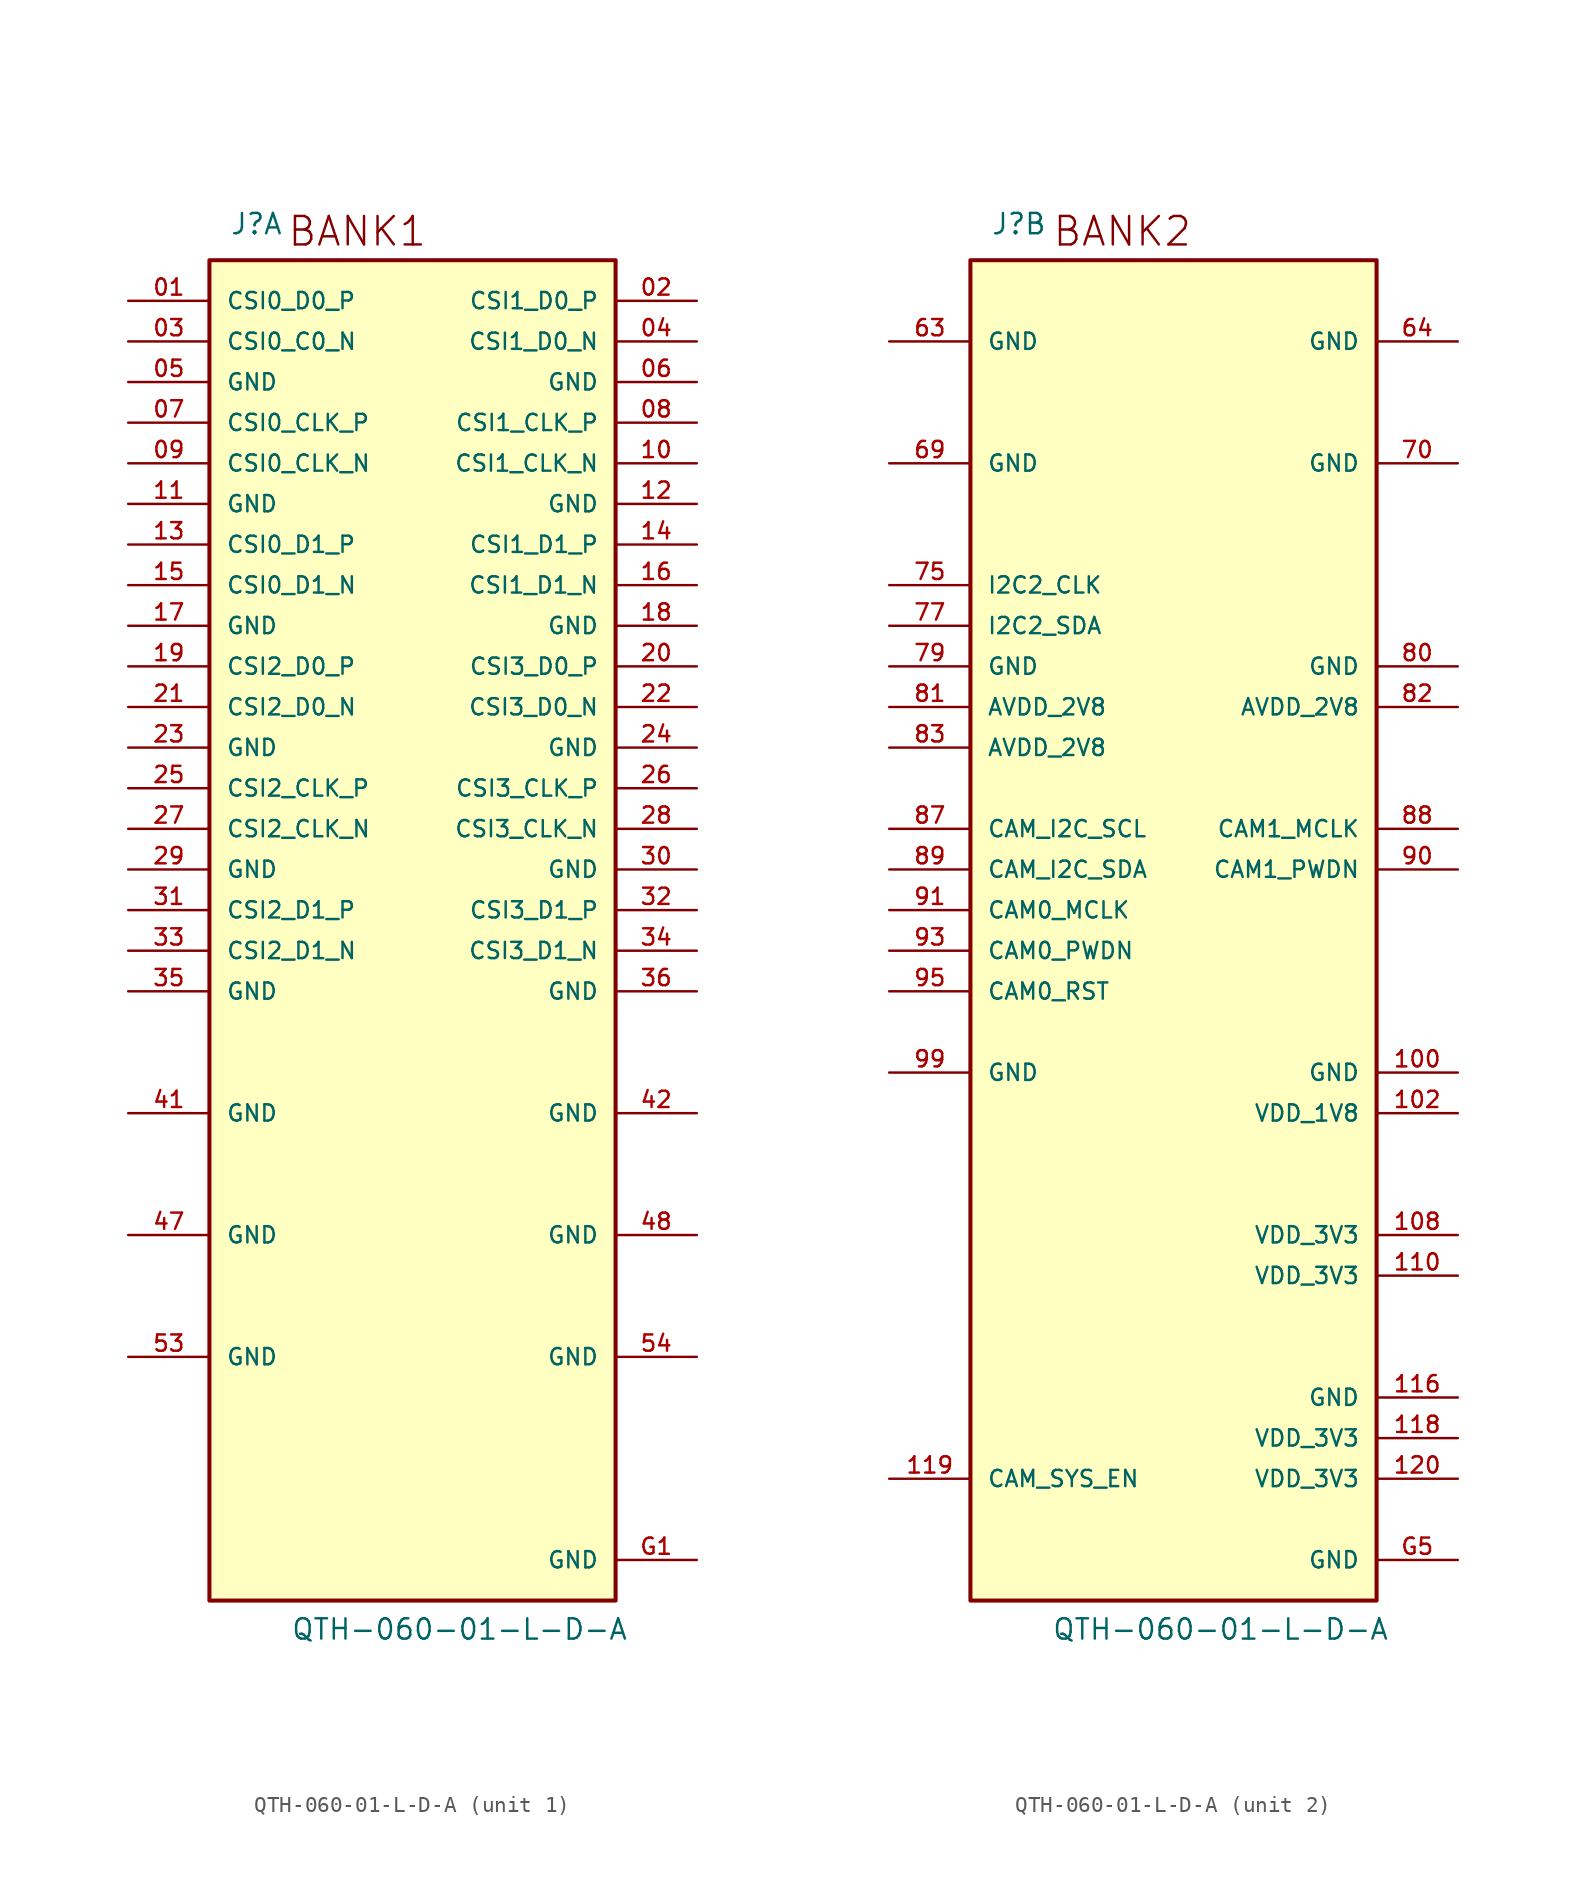
<source format=kicad_sym>
(kicad_symbol_lib
  (version 20231120)
  (generator "kicad_symbol_editor")
  (generator_version "8.0")
  (symbol "QTH-060-01-L-D-A"
    (pin_names
      (offset 1.016))
    (property "Reference" "J"
      (at -11.43 44.704 0)
      (effects (font (size 1.27 1.27)) (justify left bottom)))
    (property "Value" "QTH-060-01-L-D-A"
      (at -7.62 -43.18 0)
      (effects (font (size 1.27 1.27)) (justify left bottom)))
    (symbol "QTH-060-01-L-D-A_1_0"
      (rectangle (start -12.7 43.18) (end 12.7 -40.64) (stroke (width 0.254) (type default)) (fill (type background)))
      (text "BANK1" (at -7.874 43.942 0) (effects (font (size 1.778 1.778)) (justify left bottom)))
      (pin passive line (at -17.78 40.64 0) (length 5.08) (name "CSI0_D0_P" (effects (font (size 1.016 1.016)))) (number "01" (effects (font (size 1.016 1.016)))))
      (pin passive line (at 17.78 40.64 180) (length 5.08) (name "CSI1_D0_P" (effects (font (size 1.016 1.016)))) (number "02" (effects (font (size 1.016 1.016)))))
      (pin passive line (at -17.78 38.1 0) (length 5.08) (name "CSI0_C0_N" (effects (font (size 1.016 1.016)))) (number "03" (effects (font (size 1.016 1.016)))))
      (pin passive line (at 17.78 38.1 180) (length 5.08) (name "CSI1_D0_N" (effects (font (size 1.016 1.016)))) (number "04" (effects (font (size 1.016 1.016)))))
      (pin power_in line (at -17.78 35.56 0) (length 5.08) (name "GND" (effects (font (size 1.016 1.016)))) (number "05" (effects (font (size 1.016 1.016)))))
      (pin power_in line (at 17.78 35.56 180) (length 5.08) (name "GND" (effects (font (size 1.016 1.016)))) (number "06" (effects (font (size 1.016 1.016)))))
      (pin passive line (at -17.78 33.02 0) (length 5.08) (name "CSI0_CLK_P" (effects (font (size 1.016 1.016)))) (number "07" (effects (font (size 1.016 1.016)))))
      (pin passive line (at 17.78 33.02 180) (length 5.08) (name "CSI1_CLK_P" (effects (font (size 1.016 1.016)))) (number "08" (effects (font (size 1.016 1.016)))))
      (pin passive line (at -17.78 30.48 0) (length 5.08) (name "CSI0_CLK_N" (effects (font (size 1.016 1.016)))) (number "09" (effects (font (size 1.016 1.016)))))
      (pin passive line (at 17.78 30.48 180) (length 5.08) (name "CSI1_CLK_N" (effects (font (size 1.016 1.016)))) (number "10" (effects (font (size 1.016 1.016)))))
      (pin power_in line (at -17.78 27.94 0) (length 5.08) (name "GND" (effects (font (size 1.016 1.016)))) (number "11" (effects (font (size 1.016 1.016)))))
      (pin power_in line (at 17.78 27.94 180) (length 5.08) (name "GND" (effects (font (size 1.016 1.016)))) (number "12" (effects (font (size 1.016 1.016)))))
      (pin passive line (at -17.78 25.4 0) (length 5.08) (name "CSI0_D1_P" (effects (font (size 1.016 1.016)))) (number "13" (effects (font (size 1.016 1.016)))))
      (pin passive line (at 17.78 25.4 180) (length 5.08) (name "CSI1_D1_P" (effects (font (size 1.016 1.016)))) (number "14" (effects (font (size 1.016 1.016)))))
      (pin passive line (at -17.78 22.86 0) (length 5.08) (name "CSI0_D1_N" (effects (font (size 1.016 1.016)))) (number "15" (effects (font (size 1.016 1.016)))))
      (pin passive line (at 17.78 22.86 180) (length 5.08) (name "CSI1_D1_N" (effects (font (size 1.016 1.016)))) (number "16" (effects (font (size 1.016 1.016)))))
      (pin power_in line (at -17.78 20.32 0) (length 5.08) (name "GND" (effects (font (size 1.016 1.016)))) (number "17" (effects (font (size 1.016 1.016)))))
      (pin power_in line (at 17.78 20.32 180) (length 5.08) (name "GND" (effects (font (size 1.016 1.016)))) (number "18" (effects (font (size 1.016 1.016)))))
      (pin passive line (at -17.78 17.78 0) (length 5.08) (name "CSI2_D0_P" (effects (font (size 1.016 1.016)))) (number "19" (effects (font (size 1.016 1.016)))))
      (pin passive line (at 17.78 17.78 180) (length 5.08) (name "CSI3_D0_P" (effects (font (size 1.016 1.016)))) (number "20" (effects (font (size 1.016 1.016)))))
      (pin passive line (at -17.78 15.24 0) (length 5.08) (name "CSI2_D0_N" (effects (font (size 1.016 1.016)))) (number "21" (effects (font (size 1.016 1.016)))))
      (pin passive line (at 17.78 15.24 180) (length 5.08) (name "CSI3_D0_N" (effects (font (size 1.016 1.016)))) (number "22" (effects (font (size 1.016 1.016)))))
      (pin power_in line (at -17.78 12.7 0) (length 5.08) (name "GND" (effects (font (size 1.016 1.016)))) (number "23" (effects (font (size 1.016 1.016)))))
      (pin power_in line (at 17.78 12.7 180) (length 5.08) (name "GND" (effects (font (size 1.016 1.016)))) (number "24" (effects (font (size 1.016 1.016)))))
      (pin passive line (at -17.78 10.16 0) (length 5.08) (name "CSI2_CLK_P" (effects (font (size 1.016 1.016)))) (number "25" (effects (font (size 1.016 1.016)))))
      (pin passive line (at 17.78 10.16 180) (length 5.08) (name "CSI3_CLK_P" (effects (font (size 1.016 1.016)))) (number "26" (effects (font (size 1.016 1.016)))))
      (pin passive line (at -17.78 7.62 0) (length 5.08) (name "CSI2_CLK_N" (effects (font (size 1.016 1.016)))) (number "27" (effects (font (size 1.016 1.016)))))
      (pin passive line (at 17.78 7.62 180) (length 5.08) (name "CSI3_CLK_N" (effects (font (size 1.016 1.016)))) (number "28" (effects (font (size 1.016 1.016)))))
      (pin power_in line (at -17.78 5.08 0) (length 5.08) (name "GND" (effects (font (size 1.016 1.016)))) (number "29" (effects (font (size 1.016 1.016)))))
      (pin power_in line (at 17.78 5.08 180) (length 5.08) (name "GND" (effects (font (size 1.016 1.016)))) (number "30" (effects (font (size 1.016 1.016)))))
      (pin passive line (at -17.78 2.54 0) (length 5.08) (name "CSI2_D1_P" (effects (font (size 1.016 1.016)))) (number "31" (effects (font (size 1.016 1.016)))))
      (pin passive line (at 17.78 2.54 180) (length 5.08) (name "CSI3_D1_P" (effects (font (size 1.016 1.016)))) (number "32" (effects (font (size 1.016 1.016)))))
      (pin passive line (at -17.78 0 0) (length 5.08) (name "CSI2_D1_N" (effects (font (size 1.016 1.016)))) (number "33" (effects (font (size 1.016 1.016)))))
      (pin passive line (at 17.78 0 180) (length 5.08) (name "CSI3_D1_N" (effects (font (size 1.016 1.016)))) (number "34" (effects (font (size 1.016 1.016)))))
      (pin power_in line (at -17.78 -2.54 0) (length 5.08) (name "GND" (effects (font (size 1.016 1.016)))) (number "35" (effects (font (size 1.016 1.016)))))
      (pin power_in line (at 17.78 -2.54 180) (length 5.08) (name "GND" (effects (font (size 1.016 1.016)))) (number "36" (effects (font (size 1.016 1.016)))))
      (pin no_connect line (at -17.78 -5.08 0) (length 5.08) hide (name "NC" (effects (font (size 1.016 1.016)))) (number "37" (effects (font (size 1.016 1.016)))))
      (pin no_connect line (at 17.78 -5.08 180) (length 5.08) hide (name "NC" (effects (font (size 1.016 1.016)))) (number "38" (effects (font (size 1.016 1.016)))))
      (pin no_connect line (at -17.78 -7.62 0) (length 5.08) hide (name "NC" (effects (font (size 1.016 1.016)))) (number "39" (effects (font (size 1.016 1.016)))))
      (pin no_connect line (at 17.78 -7.62 180) (length 5.08) hide (name "NC" (effects (font (size 1.016 1.016)))) (number "40" (effects (font (size 1.016 1.016)))))
      (pin power_in line (at -17.78 -10.16 0) (length 5.08) (name "GND" (effects (font (size 1.016 1.016)))) (number "41" (effects (font (size 1.016 1.016)))))
      (pin power_in line (at 17.78 -10.16 180) (length 5.08) (name "GND" (effects (font (size 1.016 1.016)))) (number "42" (effects (font (size 1.016 1.016)))))
      (pin no_connect line (at -17.78 -12.7 0) (length 5.08) hide (name "NC" (effects (font (size 1.016 1.016)))) (number "43" (effects (font (size 1.016 1.016)))))
      (pin no_connect line (at 17.78 -12.7 180) (length 5.08) hide (name "NC" (effects (font (size 1.016 1.016)))) (number "44" (effects (font (size 1.016 1.016)))))
      (pin no_connect line (at -17.78 -15.24 0) (length 5.08) hide (name "NC" (effects (font (size 1.016 1.016)))) (number "45" (effects (font (size 1.016 1.016)))))
      (pin no_connect line (at 17.78 -15.24 180) (length 5.08) hide (name "NC" (effects (font (size 1.016 1.016)))) (number "46" (effects (font (size 1.016 1.016)))))
      (pin power_in line (at -17.78 -17.78 0) (length 5.08) (name "GND" (effects (font (size 1.016 1.016)))) (number "47" (effects (font (size 1.016 1.016)))))
      (pin power_in line (at 17.78 -17.78 180) (length 5.08) (name "GND" (effects (font (size 1.016 1.016)))) (number "48" (effects (font (size 1.016 1.016)))))
      (pin no_connect line (at -17.78 -20.32 0) (length 5.08) hide (name "NC" (effects (font (size 1.016 1.016)))) (number "49" (effects (font (size 1.016 1.016)))))
      (pin no_connect line (at 17.78 -20.32 180) (length 5.08) hide (name "NC" (effects (font (size 1.016 1.016)))) (number "50" (effects (font (size 1.016 1.016)))))
      (pin no_connect line (at -17.78 -22.86 0) (length 5.08) hide (name "NC" (effects (font (size 1.016 1.016)))) (number "51" (effects (font (size 1.016 1.016)))))
      (pin no_connect line (at 17.78 -22.86 180) (length 5.08) hide (name "NC" (effects (font (size 1.016 1.016)))) (number "52" (effects (font (size 1.016 1.016)))))
      (pin power_in line (at -17.78 -25.4 0) (length 5.08) (name "GND" (effects (font (size 1.016 1.016)))) (number "53" (effects (font (size 1.016 1.016)))))
      (pin power_in line (at 17.78 -25.4 180) (length 5.08) (name "GND" (effects (font (size 1.016 1.016)))) (number "54" (effects (font (size 1.016 1.016)))))
      (pin no_connect line (at -17.78 -27.94 0) (length 5.08) hide (name "NC" (effects (font (size 1.016 1.016)))) (number "55" (effects (font (size 1.016 1.016)))))
      (pin no_connect line (at 17.78 -27.94 180) (length 5.08) hide (name "NC" (effects (font (size 1.016 1.016)))) (number "56" (effects (font (size 1.016 1.016)))))
      (pin no_connect line (at -17.78 -30.48 0) (length 5.08) hide (name "NC" (effects (font (size 1.016 1.016)))) (number "57" (effects (font (size 1.016 1.016)))))
      (pin no_connect line (at 17.78 -30.48 180) (length 5.08) hide (name "NC" (effects (font (size 1.016 1.016)))) (number "58" (effects (font (size 1.016 1.016)))))
      (pin no_connect line (at -17.78 -33.02 0) (length 5.08) hide (name "NC" (effects (font (size 1.016 1.016)))) (number "59" (effects (font (size 1.016 1.016)))))
      (pin no_connect line (at 17.78 -33.02 180) (length 5.08) hide (name "NC" (effects (font (size 1.016 1.016)))) (number "60" (effects (font (size 1.016 1.016)))))
      (pin power_in line (at 17.78 -38.1 180) (length 5.08) (name "GND" (effects (font (size 1.016 1.016)))) (number "G1" (effects (font (size 1.016 1.016)))))
      (pin power_in line (at 17.78 -38.1 180) (length 5.08) hide (name "GND" (effects (font (size 1.016 1.016)))) (number "G2" (effects (font (size 1.016 1.016)))))
      (pin power_in line (at 17.78 -38.1 180) (length 5.08) hide (name "GND" (effects (font (size 1.016 1.016)))) (number "G3" (effects (font (size 1.016 1.016)))))
      (pin power_in line (at 17.78 -38.1 180) (length 5.08) hide (name "GND" (effects (font (size 1.016 1.016)))) (number "G4" (effects (font (size 1.016 1.016))))))
    (symbol "QTH-060-01-L-D-A_2_0"
      (rectangle (start -12.7 43.18) (end 12.7 -40.64) (stroke (width 0.254) (type default)) (fill (type background)))
      (text "BANK2" (at -7.62 43.942 0) (effects (font (size 1.778 1.778)) (justify left bottom)))
      (pin power_in line (at 17.78 -7.62 180) (length 5.08) (name "GND" (effects (font (size 1.016 1.016)))) (number "100" (effects (font (size 1.016 1.016)))))
      (pin no_connect line (at -17.78 -10.16 0) (length 5.08) hide (name "NC" (effects (font (size 1.016 1.016)))) (number "101" (effects (font (size 1.016 1.016)))))
      (pin power_in line (at 17.78 -10.16 180) (length 5.08) (name "VDD_1V8" (effects (font (size 1.016 1.016)))) (number "102" (effects (font (size 1.016 1.016)))))
      (pin no_connect line (at -17.78 -12.7 0) (length 5.08) hide (name "NC" (effects (font (size 1.016 1.016)))) (number "103" (effects (font (size 1.016 1.016)))))
      (pin no_connect line (at 17.78 -12.7 180) (length 5.08) hide (name "NC" (effects (font (size 1.016 1.016)))) (number "104" (effects (font (size 1.016 1.016)))))
      (pin no_connect line (at -17.78 -15.24 0) (length 5.08) hide (name "NC" (effects (font (size 1.016 1.016)))) (number "105" (effects (font (size 1.016 1.016)))))
      (pin no_connect line (at 17.78 -15.24 180) (length 5.08) hide (name "NC" (effects (font (size 1.016 1.016)))) (number "106" (effects (font (size 1.016 1.016)))))
      (pin no_connect line (at -17.78 -17.78 0) (length 5.08) hide (name "NC" (effects (font (size 1.016 1.016)))) (number "107" (effects (font (size 1.016 1.016)))))
      (pin power_in line (at 17.78 -17.78 180) (length 5.08) (name "VDD_3V3" (effects (font (size 1.016 1.016)))) (number "108" (effects (font (size 1.016 1.016)))))
      (pin no_connect line (at -17.78 -20.32 0) (length 5.08) hide (name "NC" (effects (font (size 1.016 1.016)))) (number "109" (effects (font (size 1.016 1.016)))))
      (pin power_in line (at 17.78 -20.32 180) (length 5.08) (name "VDD_3V3" (effects (font (size 1.016 1.016)))) (number "110" (effects (font (size 1.016 1.016)))))
      (pin no_connect line (at -17.78 -22.86 0) (length 5.08) hide (name "NC" (effects (font (size 1.016 1.016)))) (number "111" (effects (font (size 1.016 1.016)))))
      (pin no_connect line (at 17.78 -22.86 180) (length 5.08) hide (name "NC" (effects (font (size 1.016 1.016)))) (number "112" (effects (font (size 1.016 1.016)))))
      (pin no_connect line (at -17.78 -25.4 0) (length 5.08) hide (name "NC" (effects (font (size 1.016 1.016)))) (number "113" (effects (font (size 1.016 1.016)))))
      (pin no_connect line (at 17.78 -25.4 180) (length 5.08) hide (name "NC" (effects (font (size 1.016 1.016)))) (number "114" (effects (font (size 1.016 1.016)))))
      (pin no_connect line (at -17.78 -27.94 0) (length 5.08) hide (name "NC" (effects (font (size 1.016 1.016)))) (number "115" (effects (font (size 1.016 1.016)))))
      (pin power_in line (at 17.78 -27.94 180) (length 5.08) (name "GND" (effects (font (size 1.016 1.016)))) (number "116" (effects (font (size 1.016 1.016)))))
      (pin no_connect line (at -17.78 -30.48 0) (length 5.08) hide (name "NC" (effects (font (size 1.016 1.016)))) (number "117" (effects (font (size 1.016 1.016)))))
      (pin power_in line (at 17.78 -30.48 180) (length 5.08) (name "VDD_3V3" (effects (font (size 1.016 1.016)))) (number "118" (effects (font (size 1.016 1.016)))))
      (pin passive line (at -17.78 -33.02 0) (length 5.08) (name "CAM_SYS_EN" (effects (font (size 1.016 1.016)))) (number "119" (effects (font (size 1.016 1.016)))))
      (pin power_in line (at 17.78 -33.02 180) (length 5.08) (name "VDD_3V3" (effects (font (size 1.016 1.016)))) (number "120" (effects (font (size 1.016 1.016)))))
      (pin no_connect line (at -17.78 40.64 0) (length 5.08) hide (name "NC" (effects (font (size 1.016 1.016)))) (number "61" (effects (font (size 1.016 1.016)))))
      (pin no_connect line (at 17.78 40.64 180) (length 5.08) hide (name "NC" (effects (font (size 1.016 1.016)))) (number "62" (effects (font (size 1.016 1.016)))))
      (pin power_in line (at -17.78 38.1 0) (length 5.08) (name "GND" (effects (font (size 1.016 1.016)))) (number "63" (effects (font (size 1.016 1.016)))))
      (pin power_in line (at 17.78 38.1 180) (length 5.08) (name "GND" (effects (font (size 1.016 1.016)))) (number "64" (effects (font (size 1.016 1.016)))))
      (pin no_connect line (at -17.78 35.56 0) (length 5.08) hide (name "NC" (effects (font (size 1.016 1.016)))) (number "65" (effects (font (size 1.016 1.016)))))
      (pin no_connect line (at 17.78 35.56 180) (length 5.08) hide (name "NC" (effects (font (size 1.016 1.016)))) (number "66" (effects (font (size 1.016 1.016)))))
      (pin no_connect line (at -17.78 33.02 0) (length 5.08) hide (name "NC" (effects (font (size 1.016 1.016)))) (number "67" (effects (font (size 1.016 1.016)))))
      (pin no_connect line (at 17.78 33.02 180) (length 5.08) hide (name "NC" (effects (font (size 1.016 1.016)))) (number "68" (effects (font (size 1.016 1.016)))))
      (pin power_in line (at -17.78 30.48 0) (length 5.08) (name "GND" (effects (font (size 1.016 1.016)))) (number "69" (effects (font (size 1.016 1.016)))))
      (pin power_in line (at 17.78 30.48 180) (length 5.08) (name "GND" (effects (font (size 1.016 1.016)))) (number "70" (effects (font (size 1.016 1.016)))))
      (pin no_connect line (at -17.78 27.94 0) (length 5.08) hide (name "NC" (effects (font (size 1.016 1.016)))) (number "71" (effects (font (size 1.016 1.016)))))
      (pin no_connect line (at 17.78 27.94 180) (length 5.08) hide (name "NC" (effects (font (size 1.016 1.016)))) (number "72" (effects (font (size 1.016 1.016)))))
      (pin no_connect line (at -17.78 25.4 0) (length 5.08) hide (name "NC" (effects (font (size 1.016 1.016)))) (number "73" (effects (font (size 1.016 1.016)))))
      (pin no_connect line (at 17.78 25.4 180) (length 5.08) hide (name "NC" (effects (font (size 1.016 1.016)))) (number "74" (effects (font (size 1.016 1.016)))))
      (pin passive line (at -17.78 22.86 0) (length 5.08) (name "I2C2_CLK" (effects (font (size 1.016 1.016)))) (number "75" (effects (font (size 1.016 1.016)))))
      (pin no_connect line (at 17.78 22.86 180) (length 5.08) hide (name "NC" (effects (font (size 1.016 1.016)))) (number "76" (effects (font (size 1.016 1.016)))))
      (pin passive line (at -17.78 20.32 0) (length 5.08) (name "I2C2_SDA" (effects (font (size 1.016 1.016)))) (number "77" (effects (font (size 1.016 1.016)))))
      (pin no_connect line (at 17.78 20.32 180) (length 5.08) hide (name "NC" (effects (font (size 1.016 1.016)))) (number "78" (effects (font (size 1.016 1.016)))))
      (pin power_in line (at -17.78 17.78 0) (length 5.08) (name "GND" (effects (font (size 1.016 1.016)))) (number "79" (effects (font (size 1.016 1.016)))))
      (pin power_in line (at 17.78 17.78 180) (length 5.08) (name "GND" (effects (font (size 1.016 1.016)))) (number "80" (effects (font (size 1.016 1.016)))))
      (pin power_in line (at -17.78 15.24 0) (length 5.08) (name "AVDD_2V8" (effects (font (size 1.016 1.016)))) (number "81" (effects (font (size 1.016 1.016)))))
      (pin power_in line (at 17.78 15.24 180) (length 5.08) (name "AVDD_2V8" (effects (font (size 1.016 1.016)))) (number "82" (effects (font (size 1.016 1.016)))))
      (pin power_in line (at -17.78 12.7 0) (length 5.08) (name "AVDD_2V8" (effects (font (size 1.016 1.016)))) (number "83" (effects (font (size 1.016 1.016)))))
      (pin no_connect line (at 17.78 12.7 180) (length 5.08) hide (name "NC" (effects (font (size 1.016 1.016)))) (number "84" (effects (font (size 1.016 1.016)))))
      (pin no_connect line (at -17.78 10.16 0) (length 5.08) hide (name "NC" (effects (font (size 1.016 1.016)))) (number "85" (effects (font (size 1.016 1.016)))))
      (pin no_connect line (at 17.78 10.16 180) (length 5.08) hide (name "NC" (effects (font (size 1.016 1.016)))) (number "86" (effects (font (size 1.016 1.016)))))
      (pin passive line (at -17.78 7.62 0) (length 5.08) (name "CAM_I2C_SCL" (effects (font (size 1.016 1.016)))) (number "87" (effects (font (size 1.016 1.016)))))
      (pin passive line (at 17.78 7.62 180) (length 5.08) (name "CAM1_MCLK" (effects (font (size 1.016 1.016)))) (number "88" (effects (font (size 1.016 1.016)))))
      (pin passive line (at -17.78 5.08 0) (length 5.08) (name "CAM_I2C_SDA" (effects (font (size 1.016 1.016)))) (number "89" (effects (font (size 1.016 1.016)))))
      (pin passive line (at 17.78 5.08 180) (length 5.08) (name "CAM1_PWDN" (effects (font (size 1.016 1.016)))) (number "90" (effects (font (size 1.016 1.016)))))
      (pin passive line (at -17.78 2.54 0) (length 5.08) (name "CAM0_MCLK" (effects (font (size 1.016 1.016)))) (number "91" (effects (font (size 1.016 1.016)))))
      (pin no_connect line (at 17.78 2.54 180) (length 5.08) hide (name "CAM1_RST" (effects (font (size 1.016 1.016)))) (number "92" (effects (font (size 1.016 1.016)))))
      (pin passive line (at -17.78 0 0) (length 5.08) (name "CAM0_PWDN" (effects (font (size 1.016 1.016)))) (number "93" (effects (font (size 1.016 1.016)))))
      (pin no_connect line (at 17.78 0 180) (length 5.08) hide (name "NC" (effects (font (size 1.016 1.016)))) (number "94" (effects (font (size 1.016 1.016)))))
      (pin passive line (at -17.78 -2.54 0) (length 5.08) (name "CAM0_RST" (effects (font (size 1.016 1.016)))) (number "95" (effects (font (size 1.016 1.016)))))
      (pin no_connect line (at 17.78 -2.54 180) (length 5.08) hide (name "NC" (effects (font (size 1.016 1.016)))) (number "96" (effects (font (size 1.016 1.016)))))
      (pin no_connect line (at -17.78 -5.08 0) (length 5.08) hide (name "NC" (effects (font (size 1.016 1.016)))) (number "97" (effects (font (size 1.016 1.016)))))
      (pin no_connect line (at 17.78 -5.08 180) (length 5.08) hide (name "NC" (effects (font (size 1.016 1.016)))) (number "98" (effects (font (size 1.016 1.016)))))
      (pin power_in line (at -17.78 -7.62 0) (length 5.08) (name "GND" (effects (font (size 1.016 1.016)))) (number "99" (effects (font (size 1.016 1.016)))))
      (pin power_in line (at 17.78 -38.1 180) (length 5.08) (name "GND" (effects (font (size 1.016 1.016)))) (number "G5" (effects (font (size 1.016 1.016)))))
      (pin power_in line (at 17.78 -38.1 180) (length 5.08) hide (name "GND" (effects (font (size 1.016 1.016)))) (number "G6" (effects (font (size 1.016 1.016)))))
      (pin power_in line (at 17.78 -38.1 180) (length 5.08) hide (name "GND" (effects (font (size 1.016 1.016)))) (number "G7" (effects (font (size 1.016 1.016)))))
      (pin power_in line (at 17.78 -38.1 180) (length 5.08) hide (name "GND" (effects (font (size 1.016 1.016)))) (number "G8" (effects (font (size 1.016 1.016))))))))
</source>
